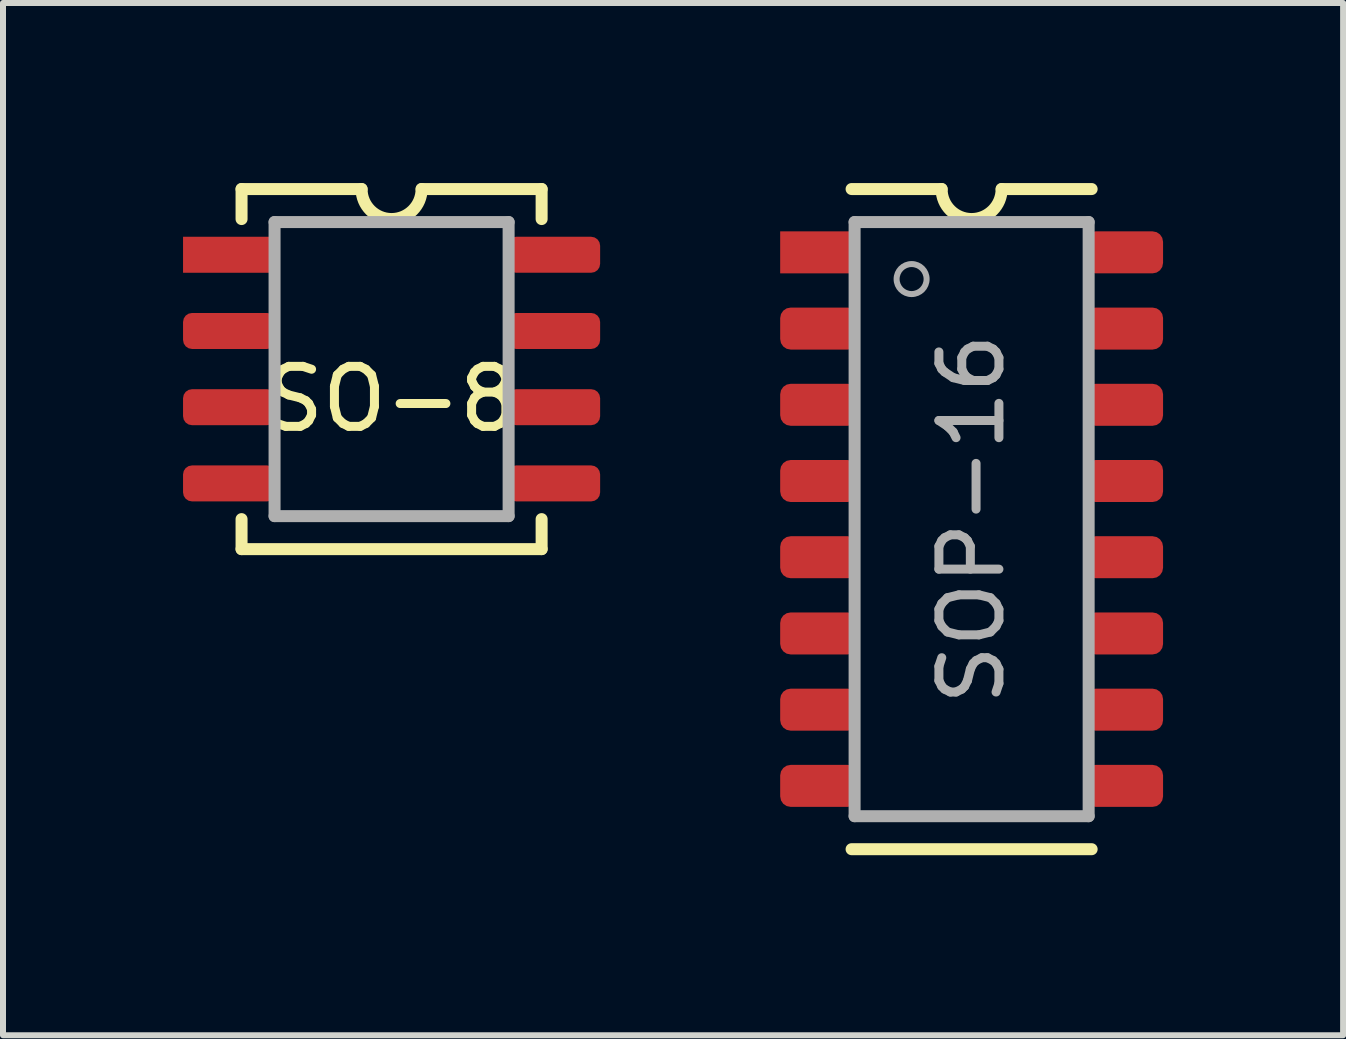
<source format=kicad_pcb>
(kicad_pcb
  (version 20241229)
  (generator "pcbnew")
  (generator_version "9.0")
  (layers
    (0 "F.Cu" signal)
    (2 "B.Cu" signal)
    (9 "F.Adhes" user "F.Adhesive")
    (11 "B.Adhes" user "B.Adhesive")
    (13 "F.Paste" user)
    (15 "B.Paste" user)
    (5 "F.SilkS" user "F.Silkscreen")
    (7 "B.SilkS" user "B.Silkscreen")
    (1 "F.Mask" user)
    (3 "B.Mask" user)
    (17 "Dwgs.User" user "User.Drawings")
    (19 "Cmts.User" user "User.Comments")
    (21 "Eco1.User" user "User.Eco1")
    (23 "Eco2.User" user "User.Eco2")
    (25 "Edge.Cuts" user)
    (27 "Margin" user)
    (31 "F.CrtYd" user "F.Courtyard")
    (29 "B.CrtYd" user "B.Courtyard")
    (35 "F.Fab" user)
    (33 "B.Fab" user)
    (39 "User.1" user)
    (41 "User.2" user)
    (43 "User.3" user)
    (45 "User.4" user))
  (footprint "SOP-16"
    (layer "F.Cu")
    (at 13.14 5.6)
    (property "Reference" "SOP-16" (at 0 0 90) (layer "F.Fab") (effects (font (size 1 1) (thickness 0.15))))
    (attr through_hole)
    (fp_line (start -0.5 -5.5) (end -2 -5.5) (stroke (width 0.2) (type default)) (layer "F.SilkS"))
    (fp_line (start 0.5 -5.5) (end 2 -5.5) (stroke (width 0.2) (type default)) (layer "F.SilkS"))
    (fp_line (start 2 5.5) (end -2 5.5) (stroke (width 0.2) (type default)) (layer "F.SilkS"))
    (fp_arc (start 0.5 -5.5) (mid 0 -5) (end -0.5 -5.5) (stroke (width 0.2) (type default)) (layer "F.SilkS"))
    (fp_line (start -1.95 -4.95) (end -1.95 4.95) (stroke (width 0.2) (type solid)) (layer "F.Fab"))
    (fp_line (start -1.95 -4.95) (end 1.95 -4.95) (stroke (width 0.2) (type solid)) (layer "F.Fab"))
    (fp_line (start -1.95 4.95) (end 1.95 4.95) (stroke (width 0.2) (type solid)) (layer "F.Fab"))
    (fp_line (start 1.95 -4.95) (end 1.95 4.95) (stroke (width 0.2) (type solid)) (layer "F.Fab"))
    (fp_circle (center -1 -4) (end -0.75 -4) (stroke (width 0.1) (type default)) (fill no) (layer "F.Fab"))
    (pad "1" smd rect (at -2.54 -4.445) (size 1.3 0.7) (layers "F.Cu" "F.Mask" "F.Paste"))
    (pad "2" smd roundrect (at -2.54 -3.175) (size 1.3 0.7) (layers "F.Cu" "F.Mask" "F.Paste") (roundrect_rratio 0.25))
    (pad "3" smd roundrect (at -2.54 -1.905) (size 1.3 0.7) (layers "F.Cu" "F.Mask" "F.Paste") (roundrect_rratio 0.25))
    (pad "4" smd roundrect (at -2.54 -0.635) (size 1.3 0.7) (layers "F.Cu" "F.Mask" "F.Paste") (roundrect_rratio 0.25))
    (pad "5" smd roundrect (at -2.54 0.635) (size 1.3 0.7) (layers "F.Cu" "F.Mask" "F.Paste") (roundrect_rratio 0.25))
    (pad "6" smd roundrect (at -2.54 1.905) (size 1.3 0.7) (layers "F.Cu" "F.Mask" "F.Paste") (roundrect_rratio 0.25))
    (pad "7" smd roundrect (at -2.54 3.175) (size 1.3 0.7) (layers "F.Cu" "F.Mask" "F.Paste") (roundrect_rratio 0.25))
    (pad "8" smd roundrect (at -2.54 4.445) (size 1.3 0.7) (layers "F.Cu" "F.Mask" "F.Paste") (roundrect_rratio 0.25))
    (pad "9" smd roundrect (at 2.54 4.445) (size 1.3 0.7) (layers "F.Cu" "F.Mask" "F.Paste") (roundrect_rratio 0.25))
    (pad "10" smd roundrect (at 2.54 3.175) (size 1.3 0.7) (layers "F.Cu" "F.Mask" "F.Paste") (roundrect_rratio 0.25))
    (pad "11" smd roundrect (at 2.54 1.905) (size 1.3 0.7) (layers "F.Cu" "F.Mask" "F.Paste") (roundrect_rratio 0.25))
    (pad "12" smd roundrect (at 2.54 0.635) (size 1.3 0.7) (layers "F.Cu" "F.Mask" "F.Paste") (roundrect_rratio 0.25))
    (pad "13" smd roundrect (at 2.54 -0.635) (size 1.3 0.7) (layers "F.Cu" "F.Mask" "F.Paste") (roundrect_rratio 0.25))
    (pad "14" smd roundrect (at 2.54 -1.905) (size 1.3 0.7) (layers "F.Cu" "F.Mask" "F.Paste") (roundrect_rratio 0.25))
    (pad "15" smd roundrect (at 2.54 -3.175) (size 1.3 0.7) (layers "F.Cu" "F.Mask" "F.Paste") (roundrect_rratio 0.25))
    (pad "16" smd roundrect (at 2.54 -4.445) (size 1.3 0.7) (layers "F.Cu" "F.Mask" "F.Paste") (roundrect_rratio 0.25)))
  (footprint "SO-8"
    (layer "F.Cu")
    (at 3.475 3.1)
    (property "Reference" "SO-8" (at 0 0.5 0) (layer "F.SilkS") (effects (font (size 1 1) (thickness 0.15))))
    (attr through_hole)
    (fp_line (start -2.5 -3) (end -2.5 -2.5) (stroke (width 0.2) (type default)) (layer "F.SilkS"))
    (fp_line (start -2.5 -3) (end -0.5 -3) (stroke (width 0.2) (type solid)) (layer "F.SilkS"))
    (fp_line (start -2.5 3) (end -2.5 2.5) (stroke (width 0.2) (type default)) (layer "F.SilkS"))
    (fp_line (start -2.5 3) (end 2.5 3) (stroke (width 0.2) (type solid)) (layer "F.SilkS"))
    (fp_line (start 0.5 -3) (end 2.5 -3) (stroke (width 0.2) (type solid)) (layer "F.SilkS"))
    (fp_line (start 2.5 -3) (end 2.5 -2.5) (stroke (width 0.2) (type default)) (layer "F.SilkS"))
    (fp_line (start 2.5 3) (end 2.5 2.5) (stroke (width 0.2) (type default)) (layer "F.SilkS"))
    (fp_arc (start 0.5 -3) (mid 0 -2.5) (end -0.5 -3) (stroke (width 0.2) (type default)) (layer "F.SilkS"))
    (fp_line (start -1.95 -2.45) (end -1.95 2.45) (stroke (width 0.2) (type solid)) (layer "F.Fab"))
    (fp_line (start -1.95 -2.45) (end 1.95 -2.45) (stroke (width 0.2) (type solid)) (layer "F.Fab"))
    (fp_line (start -1.95 2.45) (end 1.95 2.45) (stroke (width 0.2) (type solid)) (layer "F.Fab"))
    (fp_line (start 1.95 -2.45) (end 1.95 2.45) (stroke (width 0.2) (type solid)) (layer "F.Fab"))
    (pad "1" smd rect (at -2.7 -1.905) (size 1.55 0.6) (layers "F.Cu" "F.Mask" "F.Paste"))
    (pad "2" smd roundrect (at -2.7 -0.635) (size 1.55 0.6) (layers "F.Cu" "F.Mask" "F.Paste") (roundrect_rratio 0.25))
    (pad "3" smd roundrect (at -2.7 0.635) (size 1.55 0.6) (layers "F.Cu" "F.Mask" "F.Paste") (roundrect_rratio 0.25))
    (pad "4" smd roundrect (at -2.7 1.905) (size 1.55 0.6) (layers "F.Cu" "F.Mask" "F.Paste") (roundrect_rratio 0.25))
    (pad "5" smd roundrect (at 2.7 1.905) (size 1.55 0.6) (layers "F.Cu" "F.Mask" "F.Paste") (roundrect_rratio 0.25))
    (pad "6" smd roundrect (at 2.7 0.635) (size 1.55 0.6) (layers "F.Cu" "F.Mask" "F.Paste") (roundrect_rratio 0.25))
    (pad "7" smd roundrect (at 2.7 -0.635) (size 1.55 0.6) (layers "F.Cu" "F.Mask" "F.Paste") (roundrect_rratio 0.25))
    (pad "8" smd roundrect (at 2.7 -1.905) (size 1.55 0.6) (layers "F.Cu" "F.Mask" "F.Paste") (roundrect_rratio 0.25)))
  (gr_rect
    (start -3 -3)
    (end 19.33 14.2)
    (stroke (width 0.1) (type default))
    (fill no)
    (layer "Edge.Cuts")))
</source>
